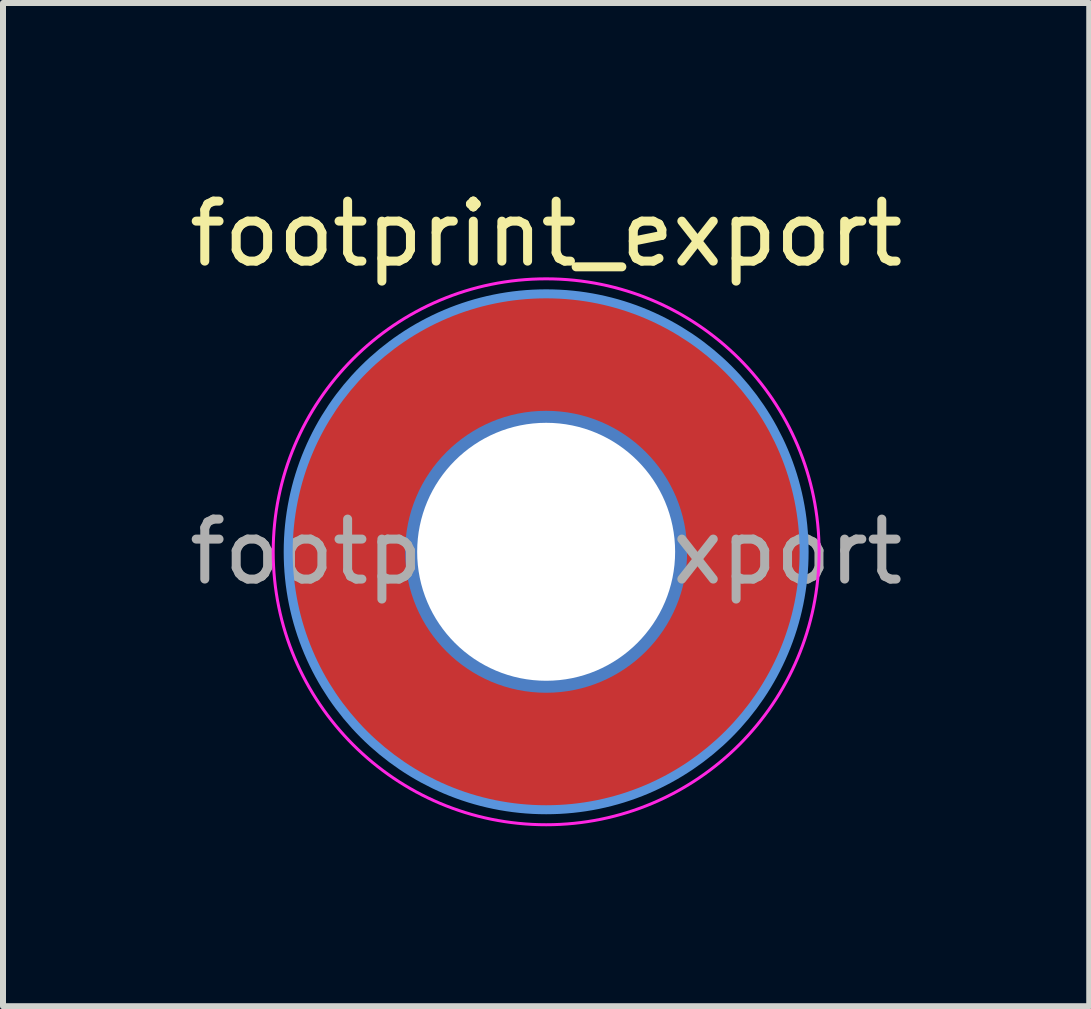
<source format=kicad_pcb>
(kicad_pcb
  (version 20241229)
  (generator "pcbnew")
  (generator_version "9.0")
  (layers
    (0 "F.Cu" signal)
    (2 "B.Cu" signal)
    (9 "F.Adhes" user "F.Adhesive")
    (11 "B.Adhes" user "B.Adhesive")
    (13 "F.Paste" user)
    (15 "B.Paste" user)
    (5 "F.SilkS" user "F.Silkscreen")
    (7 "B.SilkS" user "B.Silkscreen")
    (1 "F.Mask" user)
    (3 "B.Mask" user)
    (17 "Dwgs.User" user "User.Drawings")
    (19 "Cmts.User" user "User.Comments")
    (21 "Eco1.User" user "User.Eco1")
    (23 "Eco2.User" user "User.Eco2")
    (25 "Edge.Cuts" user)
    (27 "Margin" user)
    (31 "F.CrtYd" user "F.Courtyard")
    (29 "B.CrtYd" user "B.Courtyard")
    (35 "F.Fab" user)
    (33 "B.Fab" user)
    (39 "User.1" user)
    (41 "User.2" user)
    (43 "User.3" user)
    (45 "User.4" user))
  (footprint "footprint_export"
    (layer "F.Cu")
    (at 6.054 6.148)
    (property "Reference" "footprint_export" (at 0 -5.3 0) (layer "F.SilkS") (effects (font (size 1 1) (thickness 0.15))))
    (attr exclude_from_pos_files exclude_from_bom)
    (fp_circle (center 0 0) (end 4.3 0) (stroke (width 0.15) (type solid)) (fill no) (layer "Cmts.User"))
    (fp_circle (center 0 0) (end 4.55 0) (stroke (width 0.05) (type solid)) (fill no) (layer "F.CrtYd"))
    (fp_text user "${REFERENCE}" (at 0 0 0) (layer "F.Fab") (effects (font (size 1 1) (thickness 0.15))))
    (pad "1" thru_hole circle (at 0 0) (size 4.7 4.7) (drill 4.3) (layers "*.Cu" "*.Mask"))
    (pad "1" connect circle (at 0 0) (size 8.6 8.6) (layers "F.Cu" "F.Mask")))
  (gr_rect
    (start -3 -3)
    (end 15.107 13.723)
    (stroke (width 0.1) (type default))
    (fill no)
    (layer "Edge.Cuts")))
</source>
